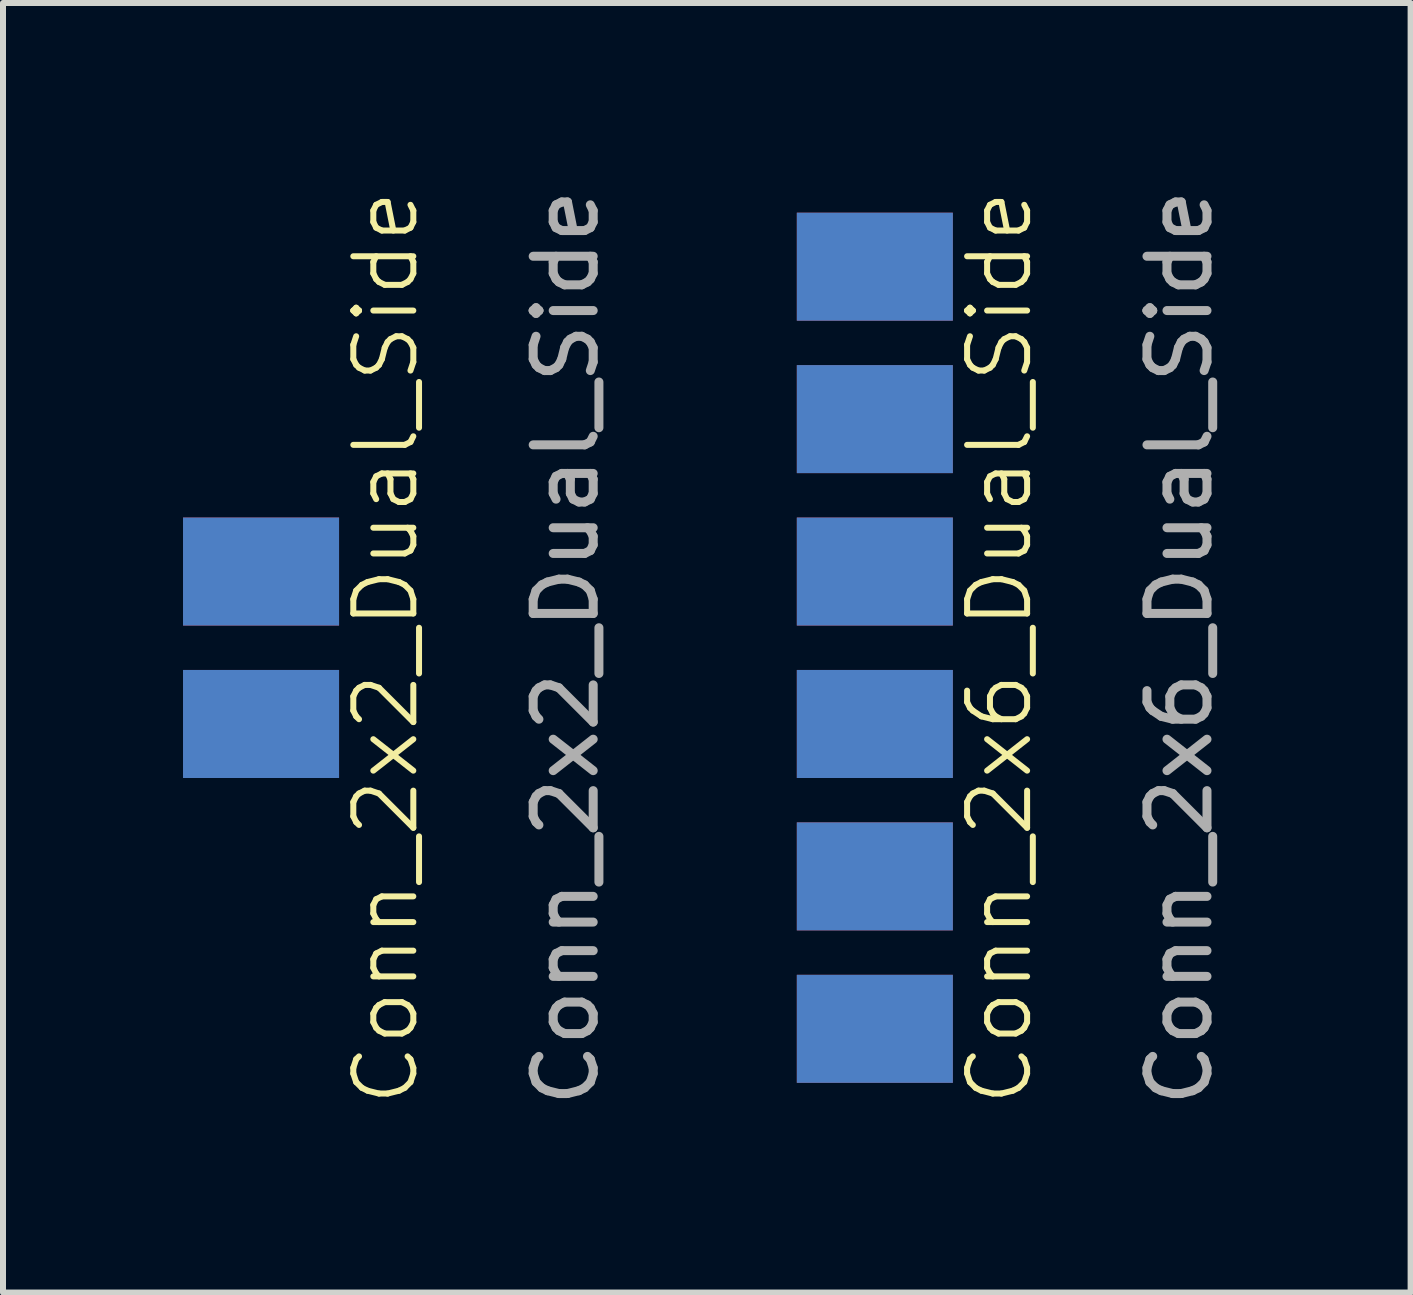
<source format=kicad_pcb>
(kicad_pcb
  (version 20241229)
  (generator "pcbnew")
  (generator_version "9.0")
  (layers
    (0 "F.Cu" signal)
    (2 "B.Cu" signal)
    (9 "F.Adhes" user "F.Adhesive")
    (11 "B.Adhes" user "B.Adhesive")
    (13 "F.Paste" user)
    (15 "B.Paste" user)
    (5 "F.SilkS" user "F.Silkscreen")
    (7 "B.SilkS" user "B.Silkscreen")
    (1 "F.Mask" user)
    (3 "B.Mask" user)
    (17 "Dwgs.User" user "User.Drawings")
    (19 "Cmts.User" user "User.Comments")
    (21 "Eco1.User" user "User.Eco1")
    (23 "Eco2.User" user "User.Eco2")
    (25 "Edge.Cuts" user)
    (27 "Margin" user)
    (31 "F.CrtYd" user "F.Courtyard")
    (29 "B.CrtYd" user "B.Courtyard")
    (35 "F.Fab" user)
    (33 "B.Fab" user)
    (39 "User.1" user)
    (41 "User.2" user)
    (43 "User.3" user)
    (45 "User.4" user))
  (footprint "Conn_2x6_Dual_Side"
    (layer "F.Cu")
    (at 11.528 1.394)
    (property "Reference" "Conn_2x6_Dual_Side" (at 2.08 6.35 90) (unlocked yes) (layer "F.SilkS") (effects (font (size 1 1) (thickness 0.1))))
    (attr smd)
    (fp_text user "${REFERENCE}" (at 5.08 6.35 90) (unlocked yes) (layer "F.Fab") (effects (font (size 1 1) (thickness 0.15))))
    (pad "a1" smd rect (at 0 0) (size 2.6 1.8) (layers "F.Cu" "F.Mask" "F.Paste"))
    (pad "a2" smd rect (at 0 2.54) (size 2.6 1.8) (layers "F.Cu" "F.Mask" "F.Paste"))
    (pad "a3" smd rect (at 0 5.08) (size 2.6 1.8) (layers "F.Cu" "F.Mask" "F.Paste"))
    (pad "a4" smd rect (at 0 7.62) (size 2.6 1.8) (layers "F.Cu" "F.Mask" "F.Paste"))
    (pad "a5" smd rect (at 0 10.16) (size 2.6 1.8) (layers "F.Cu" "F.Mask" "F.Paste"))
    (pad "a6" smd rect (at 0 12.7) (size 2.6 1.8) (layers "F.Cu" "F.Mask" "F.Paste"))
    (pad "b1" smd rect (at 0 0) (size 2.6 1.8) (layers "B.Cu" "B.Mask" "B.Paste"))
    (pad "b2" smd rect (at 0 2.54) (size 2.6 1.8) (layers "B.Cu" "B.Mask" "B.Paste"))
    (pad "b3" smd rect (at 0 5.08) (size 2.6 1.8) (layers "B.Cu" "B.Mask" "B.Paste"))
    (pad "b4" smd rect (at 0 7.62) (size 2.6 1.8) (layers "B.Cu" "B.Mask" "B.Paste"))
    (pad "b5" smd rect (at 0 10.16) (size 2.6 1.8) (layers "B.Cu" "B.Mask" "B.Paste"))
    (pad "b6" smd rect (at 0 12.7) (size 2.6 1.8) (layers "B.Cu" "B.Mask" "B.Paste")))
  (footprint "Conn_2x2_Dual_Side"
    (layer "F.Cu")
    (at 1.3 6.474)
    (property "Reference" "Conn_2x2_Dual_Side" (at 2.08 1.27 90) (unlocked yes) (layer "F.SilkS") (effects (font (size 1 1) (thickness 0.1))))
    (attr smd)
    (fp_text user "${REFERENCE}" (at 5.08 1.27 90) (unlocked yes) (layer "F.Fab") (effects (font (size 1 1) (thickness 0.15))))
    (pad "a1" smd rect (at 0 0) (size 2.6 1.8) (layers "F.Cu" "F.Mask" "F.Paste"))
    (pad "a2" smd rect (at 0 2.54) (size 2.6 1.8) (layers "F.Cu" "F.Mask" "F.Paste"))
    (pad "b1" smd rect (at 0 0) (size 2.6 1.8) (layers "B.Cu" "B.Mask" "B.Paste"))
    (pad "b2" smd rect (at 0 2.54) (size 2.6 1.8) (layers "B.Cu" "B.Mask" "B.Paste")))
  (gr_rect
    (start -3 -3)
    (end 20.456 18.488)
    (stroke (width 0.1) (type default))
    (fill no)
    (layer "Edge.Cuts")))
</source>
